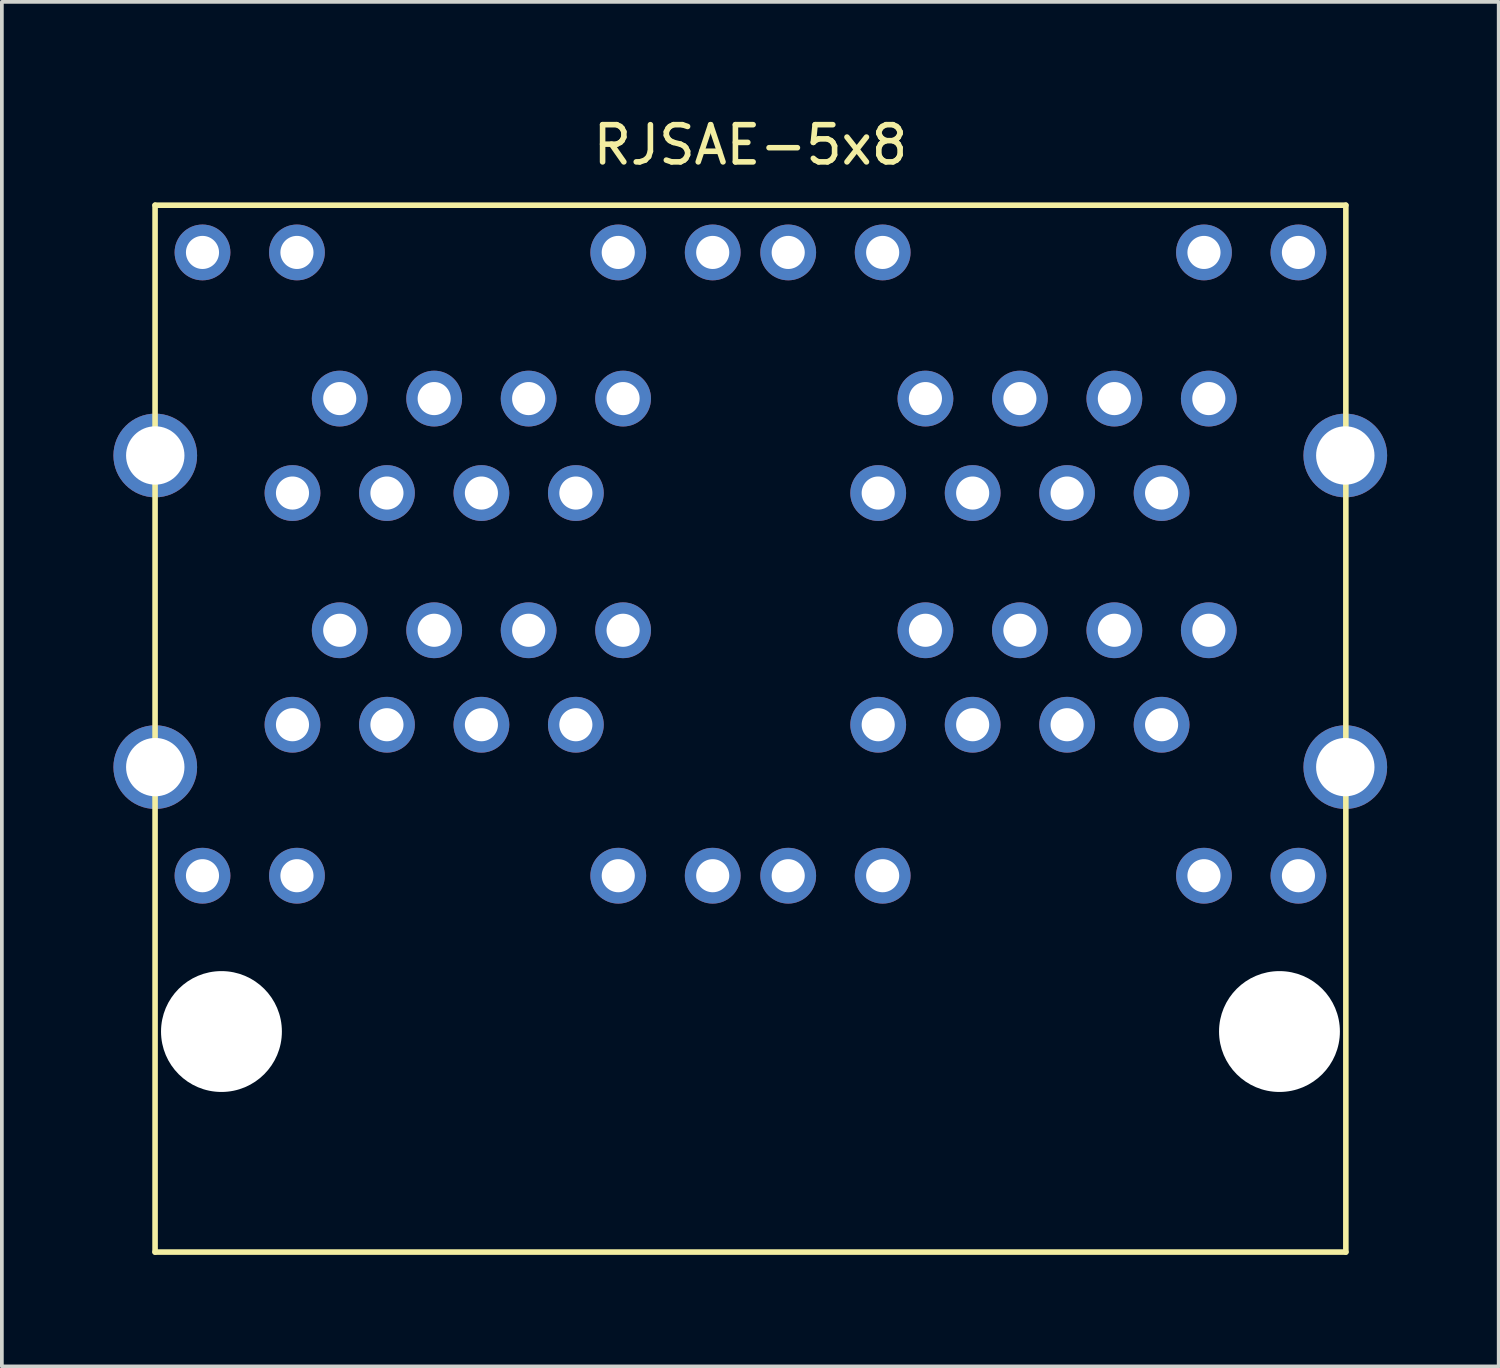
<source format=kicad_pcb>
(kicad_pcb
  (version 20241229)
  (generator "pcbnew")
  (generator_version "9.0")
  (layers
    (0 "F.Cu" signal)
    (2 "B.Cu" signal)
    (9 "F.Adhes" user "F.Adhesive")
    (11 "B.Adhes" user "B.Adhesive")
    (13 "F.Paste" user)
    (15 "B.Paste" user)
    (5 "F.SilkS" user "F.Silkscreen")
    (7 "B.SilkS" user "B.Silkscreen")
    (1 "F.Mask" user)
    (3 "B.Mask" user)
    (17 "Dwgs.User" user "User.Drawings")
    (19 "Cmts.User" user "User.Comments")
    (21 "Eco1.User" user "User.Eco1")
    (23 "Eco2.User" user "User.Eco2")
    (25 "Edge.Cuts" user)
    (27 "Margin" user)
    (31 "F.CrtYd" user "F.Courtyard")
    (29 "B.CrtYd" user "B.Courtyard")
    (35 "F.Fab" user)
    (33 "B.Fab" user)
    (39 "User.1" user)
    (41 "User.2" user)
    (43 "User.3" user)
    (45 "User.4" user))
  (footprint "RJSAE-5x8"
    (layer "F.Cu")
    (at 17.13 24.688)
    (property "Reference" "RJSAE-5x8" (at 0 -23.84 0) (layer "F.SilkS") (effects (font (size 1 1) (thickness 0.15))))
    (attr through_hole)
    (fp_line (start -16.01 -22.22) (end 16.01 -22.22) (stroke (width 0.15) (type solid)) (layer "F.SilkS"))
    (fp_line (start -16.01 5.93) (end -16.01 -22.22) (stroke (width 0.15) (type solid)) (layer "F.SilkS"))
    (fp_line (start 16.01 -22.22) (end 16.01 5.93) (stroke (width 0.15) (type solid)) (layer "F.SilkS"))
    (fp_line (start 16.01 5.93) (end -16.01 5.93) (stroke (width 0.15) (type solid)) (layer "F.SilkS"))
    (pad "" np_thru_hole circle (at -14.225 0 90) (size 3.25 3.25) (drill 3.25) (layers "*.Cu" "*.Mask"))
    (pad "" np_thru_hole circle (at 14.225 0 90) (size 3.25 3.25) (drill 3.25) (layers "*.Cu" "*.Mask"))
    (pad "A1" thru_hole circle (at 12.325 -17.02 90) (size 1.5 1.5) (drill 0.89) (layers "*.Cu" "*.Mask"))
    (pad "A2" thru_hole circle (at 11.055 -14.48 90) (size 1.5 1.5) (drill 0.89) (layers "*.Cu" "*.Mask"))
    (pad "A3" thru_hole circle (at 9.785 -17.02 90) (size 1.5 1.5) (drill 0.89) (layers "*.Cu" "*.Mask"))
    (pad "A4" thru_hole circle (at 8.515 -14.48 90) (size 1.5 1.5) (drill 0.89) (layers "*.Cu" "*.Mask"))
    (pad "A5" thru_hole circle (at 7.245 -17.02 90) (size 1.5 1.5) (drill 0.89) (layers "*.Cu" "*.Mask"))
    (pad "A6" thru_hole circle (at 5.975 -14.48 90) (size 1.5 1.5) (drill 0.89) (layers "*.Cu" "*.Mask"))
    (pad "A7" thru_hole circle (at 4.705 -17.02 90) (size 1.5 1.5) (drill 0.89) (layers "*.Cu" "*.Mask"))
    (pad "A8" thru_hole circle (at 3.435 -14.48 90) (size 1.5 1.5) (drill 0.89) (layers "*.Cu" "*.Mask"))
    (pad "A9" thru_hole circle (at 14.735 -20.95 90) (size 1.5 1.5) (drill 0.89) (layers "*.Cu" "*.Mask"))
    (pad "A10" thru_hole circle (at 12.195 -20.95 90) (size 1.5 1.5) (drill 0.89) (layers "*.Cu" "*.Mask"))
    (pad "A11" thru_hole circle (at 3.555 -20.95 90) (size 1.5 1.5) (drill 0.89) (layers "*.Cu" "*.Mask"))
    (pad "A12" thru_hole circle (at 1.015 -20.95 90) (size 1.5 1.5) (drill 0.89) (layers "*.Cu" "*.Mask"))
    (pad "B1" thru_hole circle (at 3.435 -8.25 90) (size 1.5 1.5) (drill 0.89) (layers "*.Cu" "*.Mask"))
    (pad "B2" thru_hole circle (at 4.705 -10.79 90) (size 1.5 1.5) (drill 0.89) (layers "*.Cu" "*.Mask"))
    (pad "B3" thru_hole circle (at 5.975 -8.25 90) (size 1.5 1.5) (drill 0.89) (layers "*.Cu" "*.Mask"))
    (pad "B4" thru_hole circle (at 7.245 -10.79 90) (size 1.5 1.5) (drill 0.89) (layers "*.Cu" "*.Mask"))
    (pad "B5" thru_hole circle (at 8.515 -8.25 90) (size 1.5 1.5) (drill 0.89) (layers "*.Cu" "*.Mask"))
    (pad "B6" thru_hole circle (at 9.785 -10.79 90) (size 1.5 1.5) (drill 0.89) (layers "*.Cu" "*.Mask"))
    (pad "B7" thru_hole circle (at 11.055 -8.25 90) (size 1.5 1.5) (drill 0.89) (layers "*.Cu" "*.Mask"))
    (pad "B8" thru_hole circle (at 12.325 -10.79 90) (size 1.5 1.5) (drill 0.89) (layers "*.Cu" "*.Mask"))
    (pad "B9" thru_hole circle (at 14.735 -4.19 90) (size 1.5 1.5) (drill 0.89) (layers "*.Cu" "*.Mask"))
    (pad "B10" thru_hole circle (at 12.195 -4.19 90) (size 1.5 1.5) (drill 0.89) (layers "*.Cu" "*.Mask"))
    (pad "B11" thru_hole circle (at 3.555 -4.19 90) (size 1.5 1.5) (drill 0.89) (layers "*.Cu" "*.Mask"))
    (pad "B12" thru_hole circle (at 1.015 -4.19 90) (size 1.5 1.5) (drill 0.89) (layers "*.Cu" "*.Mask"))
    (pad "C1" thru_hole circle (at -3.425 -17.02 90) (size 1.5 1.5) (drill 0.89) (layers "*.Cu" "*.Mask"))
    (pad "C2" thru_hole circle (at -4.695 -14.48 90) (size 1.5 1.5) (drill 0.89) (layers "*.Cu" "*.Mask"))
    (pad "C3" thru_hole circle (at -5.965 -17.02 90) (size 1.5 1.5) (drill 0.89) (layers "*.Cu" "*.Mask"))
    (pad "C4" thru_hole circle (at -7.235 -14.48 90) (size 1.5 1.5) (drill 0.89) (layers "*.Cu" "*.Mask"))
    (pad "C5" thru_hole circle (at -8.505 -17.02 90) (size 1.5 1.5) (drill 0.89) (layers "*.Cu" "*.Mask"))
    (pad "C6" thru_hole circle (at -9.775 -14.48 90) (size 1.5 1.5) (drill 0.89) (layers "*.Cu" "*.Mask"))
    (pad "C7" thru_hole circle (at -11.045 -17.02 90) (size 1.5 1.5) (drill 0.89) (layers "*.Cu" "*.Mask"))
    (pad "C8" thru_hole circle (at -12.315 -14.48 90) (size 1.5 1.5) (drill 0.89) (layers "*.Cu" "*.Mask"))
    (pad "C9" thru_hole circle (at -1.015 -20.95 90) (size 1.5 1.5) (drill 0.89) (layers "*.Cu" "*.Mask"))
    (pad "C10" thru_hole circle (at -3.555 -20.95 90) (size 1.5 1.5) (drill 0.89) (layers "*.Cu" "*.Mask"))
    (pad "C11" thru_hole circle (at -12.195 -20.95 90) (size 1.5 1.5) (drill 0.89) (layers "*.Cu" "*.Mask"))
    (pad "C12" thru_hole circle (at -14.735 -20.95 90) (size 1.5 1.5) (drill 0.89) (layers "*.Cu" "*.Mask"))
    (pad "D1" thru_hole circle (at -12.315 -8.25 90) (size 1.5 1.5) (drill 0.89) (layers "*.Cu" "*.Mask"))
    (pad "D2" thru_hole circle (at -11.045 -10.79 90) (size 1.5 1.5) (drill 0.89) (layers "*.Cu" "*.Mask"))
    (pad "D3" thru_hole circle (at -9.775 -8.25 90) (size 1.5 1.5) (drill 0.89) (layers "*.Cu" "*.Mask"))
    (pad "D4" thru_hole circle (at -8.505 -10.79 90) (size 1.5 1.5) (drill 0.89) (layers "*.Cu" "*.Mask"))
    (pad "D5" thru_hole circle (at -7.235 -8.25 90) (size 1.5 1.5) (drill 0.89) (layers "*.Cu" "*.Mask"))
    (pad "D6" thru_hole circle (at -5.965 -10.79 90) (size 1.5 1.5) (drill 0.89) (layers "*.Cu" "*.Mask"))
    (pad "D7" thru_hole circle (at -4.695 -8.25 90) (size 1.5 1.5) (drill 0.89) (layers "*.Cu" "*.Mask"))
    (pad "D8" thru_hole circle (at -3.425 -10.79 90) (size 1.5 1.5) (drill 0.89) (layers "*.Cu" "*.Mask"))
    (pad "D9" thru_hole circle (at -1.015 -4.19 90) (size 1.5 1.5) (drill 0.89) (layers "*.Cu" "*.Mask"))
    (pad "D10" thru_hole circle (at -3.555 -4.19 90) (size 1.5 1.5) (drill 0.89) (layers "*.Cu" "*.Mask"))
    (pad "D11" thru_hole circle (at -12.195 -4.19 90) (size 1.5 1.5) (drill 0.89) (layers "*.Cu" "*.Mask"))
    (pad "D12" thru_hole circle (at -14.735 -4.19 90) (size 1.5 1.5) (drill 0.89) (layers "*.Cu" "*.Mask"))
    (pad "SHLD" thru_hole circle (at -16.005 -15.49 90) (size 2.25 2.25) (drill 1.57) (layers "*.Cu" "*.Mask"))
    (pad "SHLD" thru_hole circle (at -16.005 -7.11 90) (size 2.25 2.25) (drill 1.57) (layers "*.Cu" "*.Mask"))
    (pad "SHLD" thru_hole circle (at 15.995 -15.49 90) (size 2.25 2.25) (drill 1.57) (layers "*.Cu" "*.Mask"))
    (pad "SHLD" thru_hole circle (at 15.995 -7.11 90) (size 2.25 2.25) (drill 1.57) (layers "*.Cu" "*.Mask")))
  (gr_rect
    (start -3 -3)
    (end 37.25 33.693)
    (stroke (width 0.1) (type default))
    (fill no)
    (layer "Edge.Cuts")))
</source>
